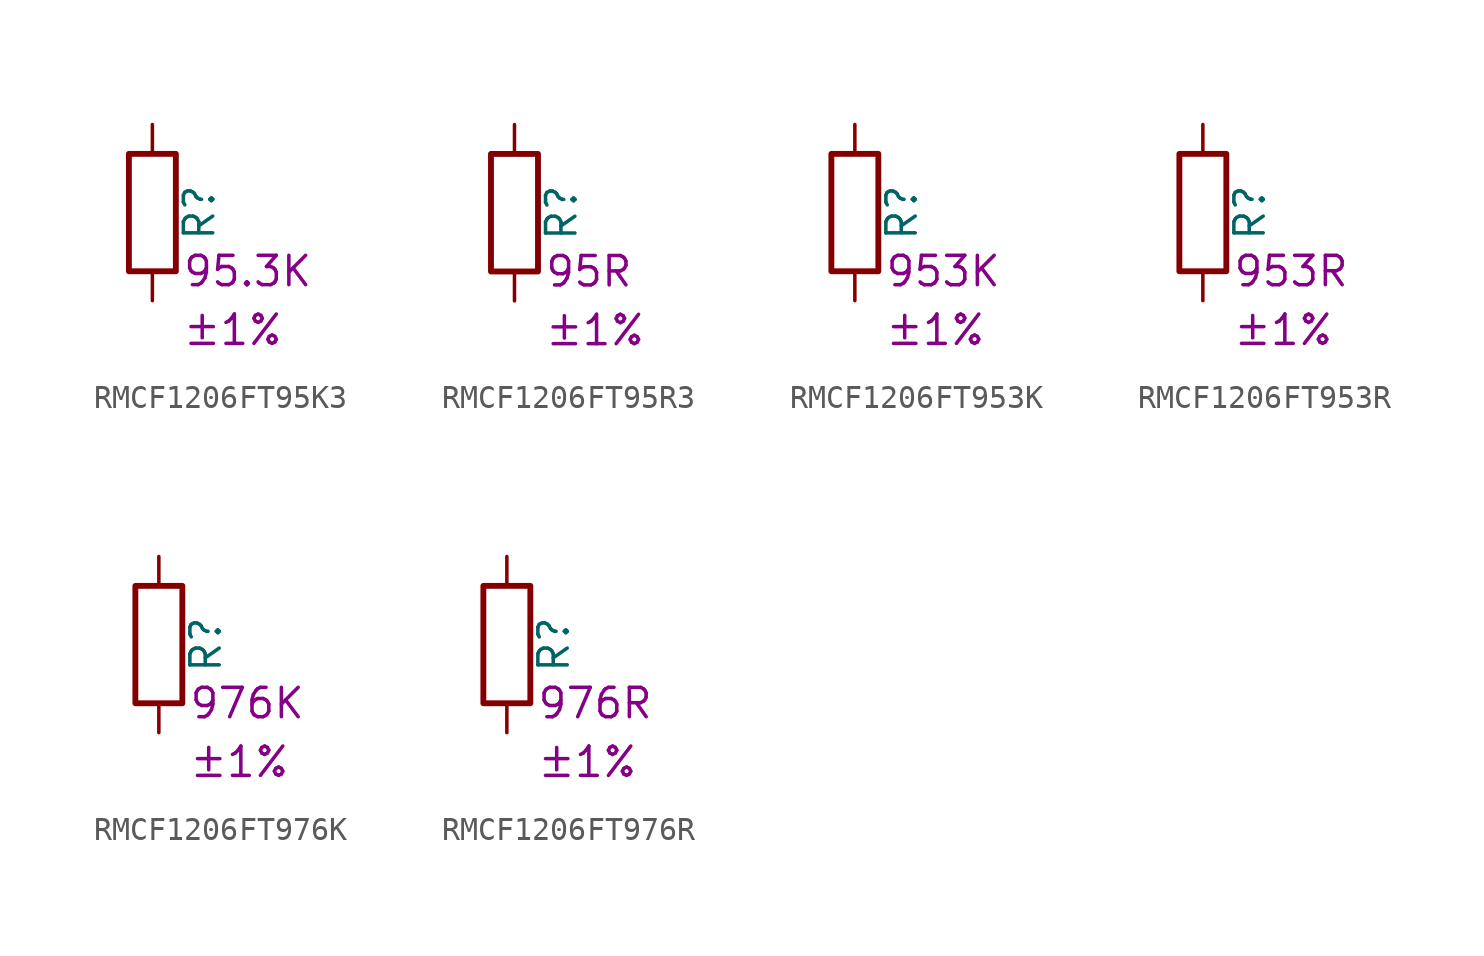
<source format=kicad_sym>
(kicad_symbol_lib
  (version 20220914)
  (generator kicad_symbol_editor)
  (symbol "RMCF1206FT95K3"
    (pin_numbers hide)
    (pin_names
      (offset 0))
    (property "Reference" "R"
      (at 2.032 0 90)
      (effects (font (size 1.27 1.27))))
    (property "Resistance" "95.3K"
      (at 1.27 -2.54 0)
      (effects (font (size 1.27 1.27)) (justify left)))
    (property "Tolerance" "±1%"
      (at 1.27 -5.08 0)
      (effects (font (size 1.27 1.27)) (justify left)))
    (symbol "RMCF1206FT95K3_0_1"
      (rectangle (start -1.016 -2.54) (end 1.016 2.54) (stroke (width 0.254) (type default)) (fill (type none))))
    (symbol "RMCF1206FT95K3_1_1"
      (pin passive line (at 0 3.81 270) (length 1.27) (name "~" (effects (font (size 1.27 1.27)))) (number "1" (effects (font (size 1.27 1.27)))))
      (pin passive line (at 0 -3.81 90) (length 1.27) (name "~" (effects (font (size 1.27 1.27)))) (number "2" (effects (font (size 1.27 1.27)))))))
  (symbol "RMCF1206FT95R3"
    (pin_numbers hide)
    (pin_names
      (offset 0))
    (property "Reference" "R"
      (at 2.032 0 90)
      (effects (font (size 1.27 1.27))))
    (property "Resistance" "95R"
      (at 1.27 -2.54 0)
      (effects (font (size 1.27 1.27)) (justify left)))
    (property "Tolerance" "±1%"
      (at 1.27 -5.08 0)
      (effects (font (size 1.27 1.27)) (justify left)))
    (symbol "RMCF1206FT95R3_0_1"
      (rectangle (start -1.016 -2.54) (end 1.016 2.54) (stroke (width 0.254) (type default)) (fill (type none))))
    (symbol "RMCF1206FT95R3_1_1"
      (pin passive line (at 0 3.81 270) (length 1.27) (name "~" (effects (font (size 1.27 1.27)))) (number "1" (effects (font (size 1.27 1.27)))))
      (pin passive line (at 0 -3.81 90) (length 1.27) (name "~" (effects (font (size 1.27 1.27)))) (number "2" (effects (font (size 1.27 1.27)))))))
  (symbol "RMCF1206FT953K"
    (pin_numbers hide)
    (pin_names
      (offset 0))
    (property "Reference" "R"
      (at 2.032 0 90)
      (effects (font (size 1.27 1.27))))
    (property "Resistance" "953K"
      (at 1.27 -2.54 0)
      (effects (font (size 1.27 1.27)) (justify left)))
    (property "Tolerance" "±1%"
      (at 1.27 -5.08 0)
      (effects (font (size 1.27 1.27)) (justify left)))
    (symbol "RMCF1206FT953K_0_1"
      (rectangle (start -1.016 -2.54) (end 1.016 2.54) (stroke (width 0.254) (type default)) (fill (type none))))
    (symbol "RMCF1206FT953K_1_1"
      (pin passive line (at 0 3.81 270) (length 1.27) (name "~" (effects (font (size 1.27 1.27)))) (number "1" (effects (font (size 1.27 1.27)))))
      (pin passive line (at 0 -3.81 90) (length 1.27) (name "~" (effects (font (size 1.27 1.27)))) (number "2" (effects (font (size 1.27 1.27)))))))
  (symbol "RMCF1206FT953R"
    (pin_numbers hide)
    (pin_names
      (offset 0))
    (property "Reference" "R"
      (at 2.032 0 90)
      (effects (font (size 1.27 1.27))))
    (property "Resistance" "953R"
      (at 1.27 -2.54 0)
      (effects (font (size 1.27 1.27)) (justify left)))
    (property "Tolerance" "±1%"
      (at 1.27 -5.08 0)
      (effects (font (size 1.27 1.27)) (justify left)))
    (symbol "RMCF1206FT953R_0_1"
      (rectangle (start -1.016 -2.54) (end 1.016 2.54) (stroke (width 0.254) (type default)) (fill (type none))))
    (symbol "RMCF1206FT953R_1_1"
      (pin passive line (at 0 3.81 270) (length 1.27) (name "~" (effects (font (size 1.27 1.27)))) (number "1" (effects (font (size 1.27 1.27)))))
      (pin passive line (at 0 -3.81 90) (length 1.27) (name "~" (effects (font (size 1.27 1.27)))) (number "2" (effects (font (size 1.27 1.27)))))))
  (symbol "RMCF1206FT976K"
    (pin_numbers hide)
    (pin_names
      (offset 0))
    (property "Reference" "R"
      (at 2.032 0 90)
      (effects (font (size 1.27 1.27))))
    (property "Resistance" "976K"
      (at 1.27 -2.54 0)
      (effects (font (size 1.27 1.27)) (justify left)))
    (property "Tolerance" "±1%"
      (at 1.27 -5.08 0)
      (effects (font (size 1.27 1.27)) (justify left)))
    (symbol "RMCF1206FT976K_0_1"
      (rectangle (start -1.016 -2.54) (end 1.016 2.54) (stroke (width 0.254) (type default)) (fill (type none))))
    (symbol "RMCF1206FT976K_1_1"
      (pin passive line (at 0 3.81 270) (length 1.27) (name "~" (effects (font (size 1.27 1.27)))) (number "1" (effects (font (size 1.27 1.27)))))
      (pin passive line (at 0 -3.81 90) (length 1.27) (name "~" (effects (font (size 1.27 1.27)))) (number "2" (effects (font (size 1.27 1.27)))))))
  (symbol "RMCF1206FT976R"
    (pin_numbers hide)
    (pin_names
      (offset 0))
    (property "Reference" "R"
      (at 2.032 0 90)
      (effects (font (size 1.27 1.27))))
    (property "Resistance" "976R"
      (at 1.27 -2.54 0)
      (effects (font (size 1.27 1.27)) (justify left)))
    (property "Tolerance" "±1%"
      (at 1.27 -5.08 0)
      (effects (font (size 1.27 1.27)) (justify left)))
    (symbol "RMCF1206FT976R_0_1"
      (rectangle (start -1.016 -2.54) (end 1.016 2.54) (stroke (width 0.254) (type default)) (fill (type none))))
    (symbol "RMCF1206FT976R_1_1"
      (pin passive line (at 0 3.81 270) (length 1.27) (name "~" (effects (font (size 1.27 1.27)))) (number "1" (effects (font (size 1.27 1.27)))))
      (pin passive line (at 0 -3.81 90) (length 1.27) (name "~" (effects (font (size 1.27 1.27)))) (number "2" (effects (font (size 1.27 1.27))))))))
</source>
